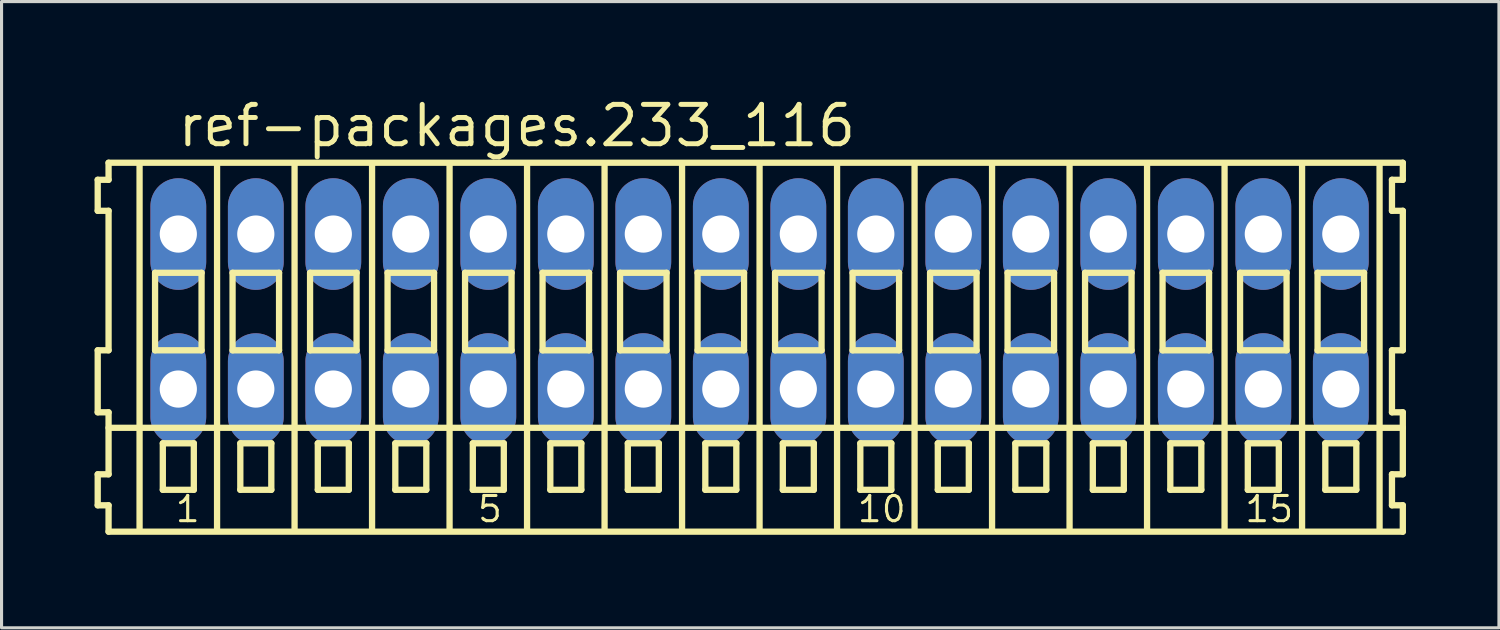
<source format=kicad_pcb>
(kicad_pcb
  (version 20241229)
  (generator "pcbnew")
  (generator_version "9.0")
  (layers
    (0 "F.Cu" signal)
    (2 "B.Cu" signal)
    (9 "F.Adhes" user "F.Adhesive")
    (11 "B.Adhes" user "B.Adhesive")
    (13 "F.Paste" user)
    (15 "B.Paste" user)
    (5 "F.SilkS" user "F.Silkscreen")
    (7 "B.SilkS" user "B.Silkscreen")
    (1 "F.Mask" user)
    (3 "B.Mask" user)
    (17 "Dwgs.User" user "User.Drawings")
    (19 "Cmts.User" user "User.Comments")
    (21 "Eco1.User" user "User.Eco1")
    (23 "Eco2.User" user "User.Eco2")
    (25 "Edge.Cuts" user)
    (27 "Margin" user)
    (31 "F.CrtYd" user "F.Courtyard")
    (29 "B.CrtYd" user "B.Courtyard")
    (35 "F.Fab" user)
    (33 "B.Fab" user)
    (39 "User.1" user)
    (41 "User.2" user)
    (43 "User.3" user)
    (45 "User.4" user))
  (footprint "ref-packages.233_116"
    (layer "F.Cu")
    (at 21.452 7)
    (property "Reference" "ref-packages.233_116" (at -18.85 -5.25 0) (layer "F.SilkS") (effects (font (size 1.27 1.27) (thickness 0.16)) (justify left bottom)))
    (attr through_hole)
    (fp_line (start -21.35 -4.25) (end -21.35 -3.25) (stroke (width 0.203) (type default)) (layer "F.SilkS"))
    (fp_line (start -21.35 -3.25) (end -21 -3.25) (stroke (width 0.203) (type default)) (layer "F.SilkS"))
    (fp_line (start -21.35 1.25) (end -21.35 3.25) (stroke (width 0.203) (type default)) (layer "F.SilkS"))
    (fp_line (start -21.35 3.25) (end -21 3.25) (stroke (width 0.203) (type default)) (layer "F.SilkS"))
    (fp_line (start -21.35 5.25) (end -21.35 6.25) (stroke (width 0.203) (type default)) (layer "F.SilkS"))
    (fp_line (start -21.35 6.25) (end -21 6.25) (stroke (width 0.203) (type default)) (layer "F.SilkS"))
    (fp_line (start -21 -4.8) (end -21 -4.25) (stroke (width 0.203) (type default)) (layer "F.SilkS"))
    (fp_line (start -21 -4.25) (end -21.35 -4.25) (stroke (width 0.203) (type default)) (layer "F.SilkS"))
    (fp_line (start -21 -3.25) (end -21 1.25) (stroke (width 0.203) (type default)) (layer "F.SilkS"))
    (fp_line (start -21 1.25) (end -21.35 1.25) (stroke (width 0.203) (type default)) (layer "F.SilkS"))
    (fp_line (start -21 3.25) (end -21 5.25) (stroke (width 0.203) (type default)) (layer "F.SilkS"))
    (fp_line (start -21 3.75) (end 20.75 3.75) (stroke (width 0.203) (type default)) (layer "F.SilkS"))
    (fp_line (start -21 5.25) (end -21.35 5.25) (stroke (width 0.203) (type default)) (layer "F.SilkS"))
    (fp_line (start -21 6.25) (end -21 7.1) (stroke (width 0.203) (type default)) (layer "F.SilkS"))
    (fp_line (start -21 7.1) (end 20.75 7.1) (stroke (width 0.203) (type default)) (layer "F.SilkS"))
    (fp_line (start -20 -4.75) (end -20 7) (stroke (width 0.203) (type default)) (layer "F.SilkS"))
    (fp_line (start -19.5 -1.25) (end -19.5 1.25) (stroke (width 0.203) (type default)) (layer "F.SilkS"))
    (fp_line (start -19.5 1.25) (end -18 1.25) (stroke (width 0.203) (type default)) (layer "F.SilkS"))
    (fp_line (start -19.25 4.25) (end -19.25 5.75) (stroke (width 0.203) (type default)) (layer "F.SilkS"))
    (fp_line (start -19.25 5.75) (end -18.25 5.75) (stroke (width 0.203) (type default)) (layer "F.SilkS"))
    (fp_line (start -18.25 4.25) (end -19.25 4.25) (stroke (width 0.203) (type default)) (layer "F.SilkS"))
    (fp_line (start -18.25 5.75) (end -18.25 4.25) (stroke (width 0.203) (type default)) (layer "F.SilkS"))
    (fp_line (start -18 -1.25) (end -19.5 -1.25) (stroke (width 0.203) (type default)) (layer "F.SilkS"))
    (fp_line (start -18 1.25) (end -18 -1.25) (stroke (width 0.203) (type default)) (layer "F.SilkS"))
    (fp_line (start -17.5 -4.75) (end -17.5 7) (stroke (width 0.203) (type default)) (layer "F.SilkS"))
    (fp_line (start -17 -1.25) (end -17 1.25) (stroke (width 0.203) (type default)) (layer "F.SilkS"))
    (fp_line (start -17 1.25) (end -15.5 1.25) (stroke (width 0.203) (type default)) (layer "F.SilkS"))
    (fp_line (start -16.75 4.25) (end -16.75 5.75) (stroke (width 0.203) (type default)) (layer "F.SilkS"))
    (fp_line (start -16.75 5.75) (end -15.75 5.75) (stroke (width 0.203) (type default)) (layer "F.SilkS"))
    (fp_line (start -15.75 4.25) (end -16.75 4.25) (stroke (width 0.203) (type default)) (layer "F.SilkS"))
    (fp_line (start -15.75 5.75) (end -15.75 4.25) (stroke (width 0.203) (type default)) (layer "F.SilkS"))
    (fp_line (start -15.5 -1.25) (end -17 -1.25) (stroke (width 0.203) (type default)) (layer "F.SilkS"))
    (fp_line (start -15.5 1.25) (end -15.5 -1.25) (stroke (width 0.203) (type default)) (layer "F.SilkS"))
    (fp_line (start -15 -4.75) (end -15 7) (stroke (width 0.203) (type default)) (layer "F.SilkS"))
    (fp_line (start -14.5 -1.25) (end -14.5 1.25) (stroke (width 0.203) (type default)) (layer "F.SilkS"))
    (fp_line (start -14.5 1.25) (end -13 1.25) (stroke (width 0.203) (type default)) (layer "F.SilkS"))
    (fp_line (start -14.25 4.25) (end -14.25 5.75) (stroke (width 0.203) (type default)) (layer "F.SilkS"))
    (fp_line (start -14.25 5.75) (end -13.25 5.75) (stroke (width 0.203) (type default)) (layer "F.SilkS"))
    (fp_line (start -13.25 4.25) (end -14.25 4.25) (stroke (width 0.203) (type default)) (layer "F.SilkS"))
    (fp_line (start -13.25 5.75) (end -13.25 4.25) (stroke (width 0.203) (type default)) (layer "F.SilkS"))
    (fp_line (start -13 -1.25) (end -14.5 -1.25) (stroke (width 0.203) (type default)) (layer "F.SilkS"))
    (fp_line (start -13 1.25) (end -13 -1.25) (stroke (width 0.203) (type default)) (layer "F.SilkS"))
    (fp_line (start -12.5 -4.75) (end -12.5 7) (stroke (width 0.203) (type default)) (layer "F.SilkS"))
    (fp_line (start -12 -1.25) (end -12 1.25) (stroke (width 0.203) (type default)) (layer "F.SilkS"))
    (fp_line (start -12 1.25) (end -10.5 1.25) (stroke (width 0.203) (type default)) (layer "F.SilkS"))
    (fp_line (start -11.75 4.25) (end -11.75 5.75) (stroke (width 0.203) (type default)) (layer "F.SilkS"))
    (fp_line (start -11.75 5.75) (end -10.75 5.75) (stroke (width 0.203) (type default)) (layer "F.SilkS"))
    (fp_line (start -10.75 4.25) (end -11.75 4.25) (stroke (width 0.203) (type default)) (layer "F.SilkS"))
    (fp_line (start -10.75 5.75) (end -10.75 4.25) (stroke (width 0.203) (type default)) (layer "F.SilkS"))
    (fp_line (start -10.5 -1.25) (end -12 -1.25) (stroke (width 0.203) (type default)) (layer "F.SilkS"))
    (fp_line (start -10.5 1.25) (end -10.5 -1.25) (stroke (width 0.203) (type default)) (layer "F.SilkS"))
    (fp_line (start -10 -4.75) (end -10 7) (stroke (width 0.203) (type default)) (layer "F.SilkS"))
    (fp_line (start -9.5 -1.25) (end -9.5 1.25) (stroke (width 0.203) (type default)) (layer "F.SilkS"))
    (fp_line (start -9.5 1.25) (end -8 1.25) (stroke (width 0.203) (type default)) (layer "F.SilkS"))
    (fp_line (start -9.25 4.25) (end -9.25 5.75) (stroke (width 0.203) (type default)) (layer "F.SilkS"))
    (fp_line (start -9.25 5.75) (end -8.25 5.75) (stroke (width 0.203) (type default)) (layer "F.SilkS"))
    (fp_line (start -8.25 4.25) (end -9.25 4.25) (stroke (width 0.203) (type default)) (layer "F.SilkS"))
    (fp_line (start -8.25 5.75) (end -8.25 4.25) (stroke (width 0.203) (type default)) (layer "F.SilkS"))
    (fp_line (start -8 -1.25) (end -9.5 -1.25) (stroke (width 0.203) (type default)) (layer "F.SilkS"))
    (fp_line (start -8 1.25) (end -8 -1.25) (stroke (width 0.203) (type default)) (layer "F.SilkS"))
    (fp_line (start -7.5 -4.75) (end -7.5 7) (stroke (width 0.203) (type default)) (layer "F.SilkS"))
    (fp_line (start -7 -1.25) (end -7 1.25) (stroke (width 0.203) (type default)) (layer "F.SilkS"))
    (fp_line (start -7 1.25) (end -5.5 1.25) (stroke (width 0.203) (type default)) (layer "F.SilkS"))
    (fp_line (start -6.75 4.25) (end -6.75 5.75) (stroke (width 0.203) (type default)) (layer "F.SilkS"))
    (fp_line (start -6.75 5.75) (end -5.75 5.75) (stroke (width 0.203) (type default)) (layer "F.SilkS"))
    (fp_line (start -5.75 4.25) (end -6.75 4.25) (stroke (width 0.203) (type default)) (layer "F.SilkS"))
    (fp_line (start -5.75 5.75) (end -5.75 4.25) (stroke (width 0.203) (type default)) (layer "F.SilkS"))
    (fp_line (start -5.5 -1.25) (end -7 -1.25) (stroke (width 0.203) (type default)) (layer "F.SilkS"))
    (fp_line (start -5.5 1.25) (end -5.5 -1.25) (stroke (width 0.203) (type default)) (layer "F.SilkS"))
    (fp_line (start -5 -4.75) (end -5 7) (stroke (width 0.203) (type default)) (layer "F.SilkS"))
    (fp_line (start -4.5 -1.25) (end -4.5 1.25) (stroke (width 0.203) (type default)) (layer "F.SilkS"))
    (fp_line (start -4.5 1.25) (end -3 1.25) (stroke (width 0.203) (type default)) (layer "F.SilkS"))
    (fp_line (start -4.25 4.25) (end -4.25 5.75) (stroke (width 0.203) (type default)) (layer "F.SilkS"))
    (fp_line (start -4.25 5.75) (end -3.25 5.75) (stroke (width 0.203) (type default)) (layer "F.SilkS"))
    (fp_line (start -3.25 4.25) (end -4.25 4.25) (stroke (width 0.203) (type default)) (layer "F.SilkS"))
    (fp_line (start -3.25 5.75) (end -3.25 4.25) (stroke (width 0.203) (type default)) (layer "F.SilkS"))
    (fp_line (start -3 -1.25) (end -4.5 -1.25) (stroke (width 0.203) (type default)) (layer "F.SilkS"))
    (fp_line (start -3 1.25) (end -3 -1.25) (stroke (width 0.203) (type default)) (layer "F.SilkS"))
    (fp_line (start -2.5 -4.75) (end -2.5 7) (stroke (width 0.203) (type default)) (layer "F.SilkS"))
    (fp_line (start -2 -1.25) (end -2 1.25) (stroke (width 0.203) (type default)) (layer "F.SilkS"))
    (fp_line (start -2 1.25) (end -0.5 1.25) (stroke (width 0.203) (type default)) (layer "F.SilkS"))
    (fp_line (start -1.75 4.25) (end -1.75 5.75) (stroke (width 0.203) (type default)) (layer "F.SilkS"))
    (fp_line (start -1.75 5.75) (end -0.75 5.75) (stroke (width 0.203) (type default)) (layer "F.SilkS"))
    (fp_line (start -0.75 4.25) (end -1.75 4.25) (stroke (width 0.203) (type default)) (layer "F.SilkS"))
    (fp_line (start -0.75 5.75) (end -0.75 4.25) (stroke (width 0.203) (type default)) (layer "F.SilkS"))
    (fp_line (start -0.5 -1.25) (end -2 -1.25) (stroke (width 0.203) (type default)) (layer "F.SilkS"))
    (fp_line (start -0.5 1.25) (end -0.5 -1.25) (stroke (width 0.203) (type default)) (layer "F.SilkS"))
    (fp_line (start 0 -4.75) (end 0 7) (stroke (width 0.203) (type default)) (layer "F.SilkS"))
    (fp_line (start 0.5 -1.25) (end 0.5 1.25) (stroke (width 0.203) (type default)) (layer "F.SilkS"))
    (fp_line (start 0.5 1.25) (end 2 1.25) (stroke (width 0.203) (type default)) (layer "F.SilkS"))
    (fp_line (start 0.75 4.25) (end 0.75 5.75) (stroke (width 0.203) (type default)) (layer "F.SilkS"))
    (fp_line (start 0.75 5.75) (end 1.75 5.75) (stroke (width 0.203) (type default)) (layer "F.SilkS"))
    (fp_line (start 1.75 4.25) (end 0.75 4.25) (stroke (width 0.203) (type default)) (layer "F.SilkS"))
    (fp_line (start 1.75 5.75) (end 1.75 4.25) (stroke (width 0.203) (type default)) (layer "F.SilkS"))
    (fp_line (start 2 -1.25) (end 0.5 -1.25) (stroke (width 0.203) (type default)) (layer "F.SilkS"))
    (fp_line (start 2 1.25) (end 2 -1.25) (stroke (width 0.203) (type default)) (layer "F.SilkS"))
    (fp_line (start 2.5 -4.75) (end 2.5 7) (stroke (width 0.203) (type default)) (layer "F.SilkS"))
    (fp_line (start 3 -1.25) (end 3 1.25) (stroke (width 0.203) (type default)) (layer "F.SilkS"))
    (fp_line (start 3 1.25) (end 4.5 1.25) (stroke (width 0.203) (type default)) (layer "F.SilkS"))
    (fp_line (start 3.25 4.25) (end 3.25 5.75) (stroke (width 0.203) (type default)) (layer "F.SilkS"))
    (fp_line (start 3.25 5.75) (end 4.25 5.75) (stroke (width 0.203) (type default)) (layer "F.SilkS"))
    (fp_line (start 4.25 4.25) (end 3.25 4.25) (stroke (width 0.203) (type default)) (layer "F.SilkS"))
    (fp_line (start 4.25 5.75) (end 4.25 4.25) (stroke (width 0.203) (type default)) (layer "F.SilkS"))
    (fp_line (start 4.5 -1.25) (end 3 -1.25) (stroke (width 0.203) (type default)) (layer "F.SilkS"))
    (fp_line (start 4.5 1.25) (end 4.5 -1.25) (stroke (width 0.203) (type default)) (layer "F.SilkS"))
    (fp_line (start 5 -4.75) (end 5 7) (stroke (width 0.203) (type default)) (layer "F.SilkS"))
    (fp_line (start 5.5 -1.25) (end 5.5 1.25) (stroke (width 0.203) (type default)) (layer "F.SilkS"))
    (fp_line (start 5.5 1.25) (end 7 1.25) (stroke (width 0.203) (type default)) (layer "F.SilkS"))
    (fp_line (start 5.75 4.25) (end 5.75 5.75) (stroke (width 0.203) (type default)) (layer "F.SilkS"))
    (fp_line (start 5.75 5.75) (end 6.75 5.75) (stroke (width 0.203) (type default)) (layer "F.SilkS"))
    (fp_line (start 6.75 4.25) (end 5.75 4.25) (stroke (width 0.203) (type default)) (layer "F.SilkS"))
    (fp_line (start 6.75 5.75) (end 6.75 4.25) (stroke (width 0.203) (type default)) (layer "F.SilkS"))
    (fp_line (start 7 -1.25) (end 5.5 -1.25) (stroke (width 0.203) (type default)) (layer "F.SilkS"))
    (fp_line (start 7 1.25) (end 7 -1.25) (stroke (width 0.203) (type default)) (layer "F.SilkS"))
    (fp_line (start 7.5 -4.75) (end 7.5 7) (stroke (width 0.203) (type default)) (layer "F.SilkS"))
    (fp_line (start 8 -1.25) (end 8 1.25) (stroke (width 0.203) (type default)) (layer "F.SilkS"))
    (fp_line (start 8 1.25) (end 9.5 1.25) (stroke (width 0.203) (type default)) (layer "F.SilkS"))
    (fp_line (start 8.25 4.25) (end 8.25 5.75) (stroke (width 0.203) (type default)) (layer "F.SilkS"))
    (fp_line (start 8.25 5.75) (end 9.25 5.75) (stroke (width 0.203) (type default)) (layer "F.SilkS"))
    (fp_line (start 9.25 4.25) (end 8.25 4.25) (stroke (width 0.203) (type default)) (layer "F.SilkS"))
    (fp_line (start 9.25 5.75) (end 9.25 4.25) (stroke (width 0.203) (type default)) (layer "F.SilkS"))
    (fp_line (start 9.5 -1.25) (end 8 -1.25) (stroke (width 0.203) (type default)) (layer "F.SilkS"))
    (fp_line (start 9.5 1.25) (end 9.5 -1.25) (stroke (width 0.203) (type default)) (layer "F.SilkS"))
    (fp_line (start 10 -4.75) (end 10 7) (stroke (width 0.203) (type default)) (layer "F.SilkS"))
    (fp_line (start 10.5 -1.25) (end 10.5 1.25) (stroke (width 0.203) (type default)) (layer "F.SilkS"))
    (fp_line (start 10.5 1.25) (end 12 1.25) (stroke (width 0.203) (type default)) (layer "F.SilkS"))
    (fp_line (start 10.75 4.25) (end 10.75 5.75) (stroke (width 0.203) (type default)) (layer "F.SilkS"))
    (fp_line (start 10.75 5.75) (end 11.75 5.75) (stroke (width 0.203) (type default)) (layer "F.SilkS"))
    (fp_line (start 11.75 4.25) (end 10.75 4.25) (stroke (width 0.203) (type default)) (layer "F.SilkS"))
    (fp_line (start 11.75 5.75) (end 11.75 4.25) (stroke (width 0.203) (type default)) (layer "F.SilkS"))
    (fp_line (start 12 -1.25) (end 10.5 -1.25) (stroke (width 0.203) (type default)) (layer "F.SilkS"))
    (fp_line (start 12 1.25) (end 12 -1.25) (stroke (width 0.203) (type default)) (layer "F.SilkS"))
    (fp_line (start 12.5 -4.75) (end 12.5 7) (stroke (width 0.203) (type default)) (layer "F.SilkS"))
    (fp_line (start 13 -1.25) (end 13 1.25) (stroke (width 0.203) (type default)) (layer "F.SilkS"))
    (fp_line (start 13 1.25) (end 14.5 1.25) (stroke (width 0.203) (type default)) (layer "F.SilkS"))
    (fp_line (start 13.25 4.25) (end 13.25 5.75) (stroke (width 0.203) (type default)) (layer "F.SilkS"))
    (fp_line (start 13.25 5.75) (end 14.25 5.75) (stroke (width 0.203) (type default)) (layer "F.SilkS"))
    (fp_line (start 14.25 4.25) (end 13.25 4.25) (stroke (width 0.203) (type default)) (layer "F.SilkS"))
    (fp_line (start 14.25 5.75) (end 14.25 4.25) (stroke (width 0.203) (type default)) (layer "F.SilkS"))
    (fp_line (start 14.5 -1.25) (end 13 -1.25) (stroke (width 0.203) (type default)) (layer "F.SilkS"))
    (fp_line (start 14.5 1.25) (end 14.5 -1.25) (stroke (width 0.203) (type default)) (layer "F.SilkS"))
    (fp_line (start 15 -4.75) (end 15 7) (stroke (width 0.203) (type default)) (layer "F.SilkS"))
    (fp_line (start 15.5 -1.25) (end 15.5 1.25) (stroke (width 0.203) (type default)) (layer "F.SilkS"))
    (fp_line (start 15.5 1.25) (end 17 1.25) (stroke (width 0.203) (type default)) (layer "F.SilkS"))
    (fp_line (start 15.75 4.25) (end 15.75 5.75) (stroke (width 0.203) (type default)) (layer "F.SilkS"))
    (fp_line (start 15.75 5.75) (end 16.75 5.75) (stroke (width 0.203) (type default)) (layer "F.SilkS"))
    (fp_line (start 16.75 4.25) (end 15.75 4.25) (stroke (width 0.203) (type default)) (layer "F.SilkS"))
    (fp_line (start 16.75 5.75) (end 16.75 4.25) (stroke (width 0.203) (type default)) (layer "F.SilkS"))
    (fp_line (start 17 -1.25) (end 15.5 -1.25) (stroke (width 0.203) (type default)) (layer "F.SilkS"))
    (fp_line (start 17 1.25) (end 17 -1.25) (stroke (width 0.203) (type default)) (layer "F.SilkS"))
    (fp_line (start 17.5 -4.75) (end 17.5 7) (stroke (width 0.203) (type default)) (layer "F.SilkS"))
    (fp_line (start 18 -1.25) (end 18 1.25) (stroke (width 0.203) (type default)) (layer "F.SilkS"))
    (fp_line (start 18 1.25) (end 19.5 1.25) (stroke (width 0.203) (type default)) (layer "F.SilkS"))
    (fp_line (start 18.25 4.25) (end 18.25 5.75) (stroke (width 0.203) (type default)) (layer "F.SilkS"))
    (fp_line (start 18.25 5.75) (end 19.25 5.75) (stroke (width 0.203) (type default)) (layer "F.SilkS"))
    (fp_line (start 19.25 4.25) (end 18.25 4.25) (stroke (width 0.203) (type default)) (layer "F.SilkS"))
    (fp_line (start 19.25 5.75) (end 19.25 4.25) (stroke (width 0.203) (type default)) (layer "F.SilkS"))
    (fp_line (start 19.5 -1.25) (end 18 -1.25) (stroke (width 0.203) (type default)) (layer "F.SilkS"))
    (fp_line (start 19.5 1.25) (end 19.5 -1.25) (stroke (width 0.203) (type default)) (layer "F.SilkS"))
    (fp_line (start 20 -4.75) (end 20 7) (stroke (width 0.203) (type default)) (layer "F.SilkS"))
    (fp_line (start 20.4 -4.25) (end 20.4 -3.25) (stroke (width 0.203) (type default)) (layer "F.SilkS"))
    (fp_line (start 20.4 -3.25) (end 20.75 -3.25) (stroke (width 0.203) (type default)) (layer "F.SilkS"))
    (fp_line (start 20.4 1.25) (end 20.4 3.25) (stroke (width 0.203) (type default)) (layer "F.SilkS"))
    (fp_line (start 20.4 3.25) (end 20.75 3.25) (stroke (width 0.203) (type default)) (layer "F.SilkS"))
    (fp_line (start 20.4 5.25) (end 20.4 6.25) (stroke (width 0.203) (type default)) (layer "F.SilkS"))
    (fp_line (start 20.4 6.25) (end 20.75 6.25) (stroke (width 0.203) (type default)) (layer "F.SilkS"))
    (fp_line (start 20.75 -4.8) (end -21 -4.8) (stroke (width 0.203) (type default)) (layer "F.SilkS"))
    (fp_line (start 20.75 -4.25) (end 20.4 -4.25) (stroke (width 0.203) (type default)) (layer "F.SilkS"))
    (fp_line (start 20.75 -4.25) (end 20.75 -4.8) (stroke (width 0.203) (type default)) (layer "F.SilkS"))
    (fp_line (start 20.75 1.25) (end 20.4 1.25) (stroke (width 0.203) (type default)) (layer "F.SilkS"))
    (fp_line (start 20.75 1.25) (end 20.75 -3.25) (stroke (width 0.203) (type default)) (layer "F.SilkS"))
    (fp_line (start 20.75 3.75) (end 20.75 3.25) (stroke (width 0.203) (type default)) (layer "F.SilkS"))
    (fp_line (start 20.75 5.25) (end 20.4 5.25) (stroke (width 0.203) (type default)) (layer "F.SilkS"))
    (fp_line (start 20.75 5.25) (end 20.75 3.75) (stroke (width 0.203) (type default)) (layer "F.SilkS"))
    (fp_line (start 20.75 7.1) (end 20.75 6.25) (stroke (width 0.203) (type default)) (layer "F.SilkS"))
    (fp_text user "1" (at -18.9 6.85 0) (layer "F.SilkS") (effects (font (size 0.813 0.813) (thickness 0.1)) (justify left bottom)))
    (fp_text user "5" (at -9.15 6.85 0) (layer "F.SilkS") (effects (font (size 0.813 0.813) (thickness 0.1)) (justify left bottom)))
    (fp_text user "10" (at 3.1 6.85 0) (layer "F.SilkS") (effects (font (size 0.813 0.813) (thickness 0.1)) (justify left bottom)))
    (fp_text user "15" (at 15.6 6.85 0) (layer "F.SilkS") (effects (font (size 0.813 0.813) (thickness 0.1)) (justify left bottom)))
    (pad "A1" thru_hole oval (at -18.75 -2.5 90) (size 3.6 1.8) (drill 1.2) (layers "*.Cu" "*.Mask"))
    (pad "A2" thru_hole oval (at -16.25 -2.5 90) (size 3.6 1.8) (drill 1.2) (layers "*.Cu" "*.Mask"))
    (pad "A3" thru_hole oval (at -13.75 -2.5 90) (size 3.6 1.8) (drill 1.2) (layers "*.Cu" "*.Mask"))
    (pad "A4" thru_hole oval (at -11.25 -2.5 90) (size 3.6 1.8) (drill 1.2) (layers "*.Cu" "*.Mask"))
    (pad "A5" thru_hole oval (at -8.75 -2.5 90) (size 3.6 1.8) (drill 1.2) (layers "*.Cu" "*.Mask"))
    (pad "A6" thru_hole oval (at -6.25 -2.5 90) (size 3.6 1.8) (drill 1.2) (layers "*.Cu" "*.Mask"))
    (pad "A7" thru_hole oval (at -3.75 -2.5 90) (size 3.6 1.8) (drill 1.2) (layers "*.Cu" "*.Mask"))
    (pad "A8" thru_hole oval (at -1.25 -2.5 90) (size 3.6 1.8) (drill 1.2) (layers "*.Cu" "*.Mask"))
    (pad "A9" thru_hole oval (at 1.25 -2.5 90) (size 3.6 1.8) (drill 1.2) (layers "*.Cu" "*.Mask"))
    (pad "A10" thru_hole oval (at 3.75 -2.5 90) (size 3.6 1.8) (drill 1.2) (layers "*.Cu" "*.Mask"))
    (pad "A11" thru_hole oval (at 6.25 -2.5 90) (size 3.6 1.8) (drill 1.2) (layers "*.Cu" "*.Mask"))
    (pad "A12" thru_hole oval (at 8.75 -2.5 90) (size 3.6 1.8) (drill 1.2) (layers "*.Cu" "*.Mask"))
    (pad "A13" thru_hole oval (at 11.25 -2.5 90) (size 3.6 1.8) (drill 1.2) (layers "*.Cu" "*.Mask"))
    (pad "A14" thru_hole oval (at 13.75 -2.5 90) (size 3.6 1.8) (drill 1.2) (layers "*.Cu" "*.Mask"))
    (pad "A15" thru_hole oval (at 16.25 -2.5 90) (size 3.6 1.8) (drill 1.2) (layers "*.Cu" "*.Mask"))
    (pad "A16" thru_hole oval (at 18.75 -2.5 90) (size 3.6 1.8) (drill 1.2) (layers "*.Cu" "*.Mask"))
    (pad "B1" thru_hole oval (at -18.75 2.5 90) (size 3.6 1.8) (drill 1.2) (layers "*.Cu" "*.Mask"))
    (pad "B2" thru_hole oval (at -16.25 2.5 90) (size 3.6 1.8) (drill 1.2) (layers "*.Cu" "*.Mask"))
    (pad "B3" thru_hole oval (at -13.75 2.5 90) (size 3.6 1.8) (drill 1.2) (layers "*.Cu" "*.Mask"))
    (pad "B4" thru_hole oval (at -11.25 2.5 90) (size 3.6 1.8) (drill 1.2) (layers "*.Cu" "*.Mask"))
    (pad "B5" thru_hole oval (at -8.75 2.5 90) (size 3.6 1.8) (drill 1.2) (layers "*.Cu" "*.Mask"))
    (pad "B6" thru_hole oval (at -6.25 2.5 90) (size 3.6 1.8) (drill 1.2) (layers "*.Cu" "*.Mask"))
    (pad "B7" thru_hole oval (at -3.75 2.5 90) (size 3.6 1.8) (drill 1.2) (layers "*.Cu" "*.Mask"))
    (pad "B8" thru_hole oval (at -1.25 2.5 90) (size 3.6 1.8) (drill 1.2) (layers "*.Cu" "*.Mask"))
    (pad "B9" thru_hole oval (at 1.25 2.5 90) (size 3.6 1.8) (drill 1.2) (layers "*.Cu" "*.Mask"))
    (pad "B10" thru_hole oval (at 3.75 2.5 90) (size 3.6 1.8) (drill 1.2) (layers "*.Cu" "*.Mask"))
    (pad "B11" thru_hole oval (at 6.25 2.5 90) (size 3.6 1.8) (drill 1.2) (layers "*.Cu" "*.Mask"))
    (pad "B12" thru_hole oval (at 8.75 2.5 90) (size 3.6 1.8) (drill 1.2) (layers "*.Cu" "*.Mask"))
    (pad "B13" thru_hole oval (at 11.25 2.5 90) (size 3.6 1.8) (drill 1.2) (layers "*.Cu" "*.Mask"))
    (pad "B14" thru_hole oval (at 13.75 2.5 90) (size 3.6 1.8) (drill 1.2) (layers "*.Cu" "*.Mask"))
    (pad "B15" thru_hole oval (at 16.25 2.5 90) (size 3.6 1.8) (drill 1.2) (layers "*.Cu" "*.Mask"))
    (pad "B16" thru_hole oval (at 18.75 2.5 90) (size 3.6 1.8) (drill 1.2) (layers "*.Cu" "*.Mask")))
  (gr_rect
    (start -3 -3)
    (end 45.303 17.202)
    (stroke (width 0.1) (type default))
    (fill no)
    (layer "Edge.Cuts")))
</source>
